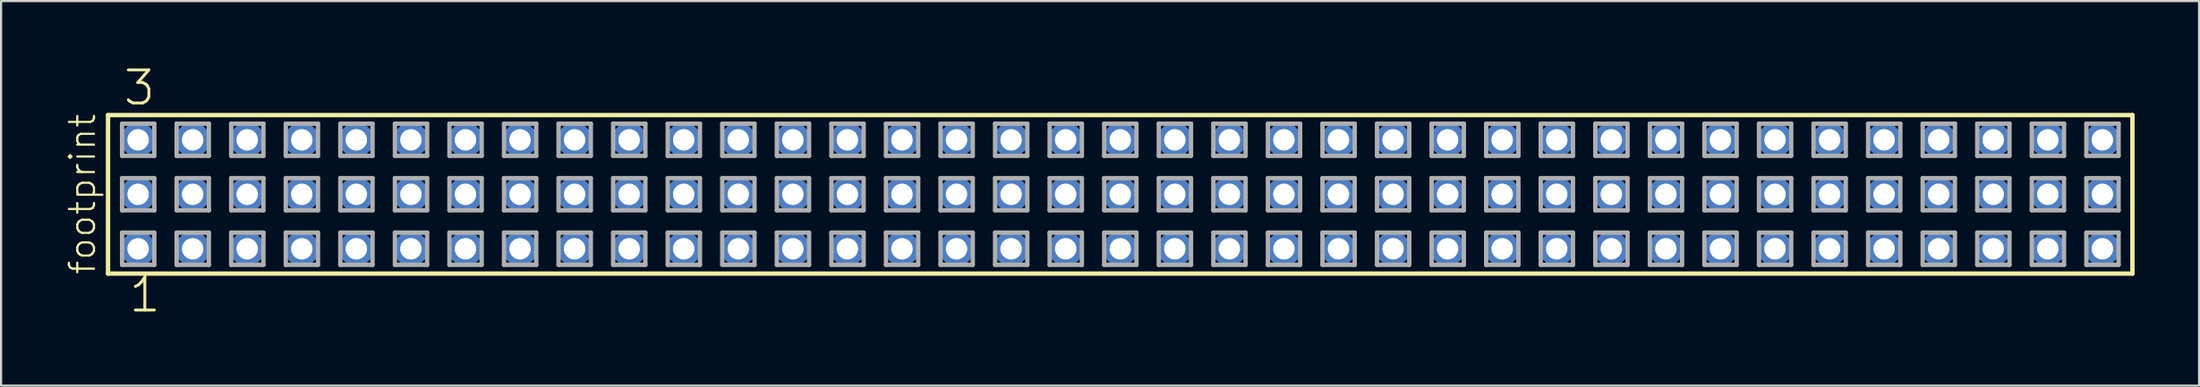
<source format=kicad_pcb>
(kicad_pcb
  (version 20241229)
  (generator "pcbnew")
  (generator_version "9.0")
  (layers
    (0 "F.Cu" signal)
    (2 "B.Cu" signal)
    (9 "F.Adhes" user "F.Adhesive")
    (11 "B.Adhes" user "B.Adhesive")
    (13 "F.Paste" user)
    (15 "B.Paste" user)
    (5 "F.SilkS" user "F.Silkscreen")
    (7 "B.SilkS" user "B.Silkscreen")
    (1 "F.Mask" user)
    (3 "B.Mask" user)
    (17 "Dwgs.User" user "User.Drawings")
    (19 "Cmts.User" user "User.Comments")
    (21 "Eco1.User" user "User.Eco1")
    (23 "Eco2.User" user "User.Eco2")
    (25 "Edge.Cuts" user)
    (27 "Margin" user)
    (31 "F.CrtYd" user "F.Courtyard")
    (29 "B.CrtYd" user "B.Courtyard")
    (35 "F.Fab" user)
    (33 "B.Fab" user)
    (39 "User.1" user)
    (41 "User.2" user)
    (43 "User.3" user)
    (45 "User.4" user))
  (footprint "footprint"
    (layer "F.Cu")
    (at 49.098 6.009)
    (property "Reference" "footprint" (at -47.625 3.81 90) (layer "F.SilkS") (effects (font (size 1.168 1.168) (thickness 0.102)) (justify left bottom)))
    (fp_line (start -47.119 -3.695) (end 47.119 -3.695) (stroke (width 0.203) (type solid)) (layer "F.SilkS"))
    (fp_line (start -47.119 3.695) (end -47.119 -3.695) (stroke (width 0.203) (type solid)) (layer "F.SilkS"))
    (fp_line (start 47.119 -3.695) (end 47.119 3.695) (stroke (width 0.203) (type solid)) (layer "F.SilkS"))
    (fp_line (start 47.119 3.695) (end -47.119 3.695) (stroke (width 0.203) (type solid)) (layer "F.SilkS"))
    (fp_line (start -46.465 -3.295) (end -44.965 -3.295) (stroke (width 0.203) (type solid)) (layer "F.Fab"))
    (fp_line (start -46.465 -1.795) (end -46.465 -3.295) (stroke (width 0.203) (type solid)) (layer "F.Fab"))
    (fp_line (start -46.465 -0.755) (end -44.965 -0.755) (stroke (width 0.203) (type solid)) (layer "F.Fab"))
    (fp_line (start -46.465 0.745) (end -46.465 -0.755) (stroke (width 0.203) (type solid)) (layer "F.Fab"))
    (fp_line (start -46.465 1.785) (end -44.965 1.785) (stroke (width 0.203) (type solid)) (layer "F.Fab"))
    (fp_line (start -46.465 3.285) (end -46.465 1.785) (stroke (width 0.203) (type solid)) (layer "F.Fab"))
    (fp_line (start -44.965 -3.295) (end -44.965 -1.795) (stroke (width 0.203) (type solid)) (layer "F.Fab"))
    (fp_line (start -44.965 -1.795) (end -46.465 -1.795) (stroke (width 0.203) (type solid)) (layer "F.Fab"))
    (fp_line (start -44.965 -0.755) (end -44.965 0.745) (stroke (width 0.203) (type solid)) (layer "F.Fab"))
    (fp_line (start -44.965 0.745) (end -46.465 0.745) (stroke (width 0.203) (type solid)) (layer "F.Fab"))
    (fp_line (start -44.965 1.785) (end -44.965 3.285) (stroke (width 0.203) (type solid)) (layer "F.Fab"))
    (fp_line (start -44.965 3.285) (end -46.465 3.285) (stroke (width 0.203) (type solid)) (layer "F.Fab"))
    (fp_line (start -43.925 -3.295) (end -42.425 -3.295) (stroke (width 0.203) (type solid)) (layer "F.Fab"))
    (fp_line (start -43.925 -1.795) (end -43.925 -3.295) (stroke (width 0.203) (type solid)) (layer "F.Fab"))
    (fp_line (start -43.925 -0.755) (end -42.425 -0.755) (stroke (width 0.203) (type solid)) (layer "F.Fab"))
    (fp_line (start -43.925 0.745) (end -43.925 -0.755) (stroke (width 0.203) (type solid)) (layer "F.Fab"))
    (fp_line (start -43.925 1.785) (end -42.425 1.785) (stroke (width 0.203) (type solid)) (layer "F.Fab"))
    (fp_line (start -43.925 3.285) (end -43.925 1.785) (stroke (width 0.203) (type solid)) (layer "F.Fab"))
    (fp_line (start -42.425 -3.295) (end -42.425 -1.795) (stroke (width 0.203) (type solid)) (layer "F.Fab"))
    (fp_line (start -42.425 -1.795) (end -43.925 -1.795) (stroke (width 0.203) (type solid)) (layer "F.Fab"))
    (fp_line (start -42.425 -0.755) (end -42.425 0.745) (stroke (width 0.203) (type solid)) (layer "F.Fab"))
    (fp_line (start -42.425 0.745) (end -43.925 0.745) (stroke (width 0.203) (type solid)) (layer "F.Fab"))
    (fp_line (start -42.425 1.785) (end -42.425 3.285) (stroke (width 0.203) (type solid)) (layer "F.Fab"))
    (fp_line (start -42.425 3.285) (end -43.925 3.285) (stroke (width 0.203) (type solid)) (layer "F.Fab"))
    (fp_line (start -41.385 -3.295) (end -39.885 -3.295) (stroke (width 0.203) (type solid)) (layer "F.Fab"))
    (fp_line (start -41.385 -1.795) (end -41.385 -3.295) (stroke (width 0.203) (type solid)) (layer "F.Fab"))
    (fp_line (start -41.385 -0.755) (end -39.885 -0.755) (stroke (width 0.203) (type solid)) (layer "F.Fab"))
    (fp_line (start -41.385 0.745) (end -41.385 -0.755) (stroke (width 0.203) (type solid)) (layer "F.Fab"))
    (fp_line (start -41.385 1.785) (end -39.885 1.785) (stroke (width 0.203) (type solid)) (layer "F.Fab"))
    (fp_line (start -41.385 3.285) (end -41.385 1.785) (stroke (width 0.203) (type solid)) (layer "F.Fab"))
    (fp_line (start -39.885 -3.295) (end -39.885 -1.795) (stroke (width 0.203) (type solid)) (layer "F.Fab"))
    (fp_line (start -39.885 -1.795) (end -41.385 -1.795) (stroke (width 0.203) (type solid)) (layer "F.Fab"))
    (fp_line (start -39.885 -0.755) (end -39.885 0.745) (stroke (width 0.203) (type solid)) (layer "F.Fab"))
    (fp_line (start -39.885 0.745) (end -41.385 0.745) (stroke (width 0.203) (type solid)) (layer "F.Fab"))
    (fp_line (start -39.885 1.785) (end -39.885 3.285) (stroke (width 0.203) (type solid)) (layer "F.Fab"))
    (fp_line (start -39.885 3.285) (end -41.385 3.285) (stroke (width 0.203) (type solid)) (layer "F.Fab"))
    (fp_line (start -38.845 -3.295) (end -37.345 -3.295) (stroke (width 0.203) (type solid)) (layer "F.Fab"))
    (fp_line (start -38.845 -1.795) (end -38.845 -3.295) (stroke (width 0.203) (type solid)) (layer "F.Fab"))
    (fp_line (start -38.845 -0.755) (end -37.345 -0.755) (stroke (width 0.203) (type solid)) (layer "F.Fab"))
    (fp_line (start -38.845 0.745) (end -38.845 -0.755) (stroke (width 0.203) (type solid)) (layer "F.Fab"))
    (fp_line (start -38.845 1.785) (end -37.345 1.785) (stroke (width 0.203) (type solid)) (layer "F.Fab"))
    (fp_line (start -38.845 3.285) (end -38.845 1.785) (stroke (width 0.203) (type solid)) (layer "F.Fab"))
    (fp_line (start -37.345 -3.295) (end -37.345 -1.795) (stroke (width 0.203) (type solid)) (layer "F.Fab"))
    (fp_line (start -37.345 -1.795) (end -38.845 -1.795) (stroke (width 0.203) (type solid)) (layer "F.Fab"))
    (fp_line (start -37.345 -0.755) (end -37.345 0.745) (stroke (width 0.203) (type solid)) (layer "F.Fab"))
    (fp_line (start -37.345 0.745) (end -38.845 0.745) (stroke (width 0.203) (type solid)) (layer "F.Fab"))
    (fp_line (start -37.345 1.785) (end -37.345 3.285) (stroke (width 0.203) (type solid)) (layer "F.Fab"))
    (fp_line (start -37.345 3.285) (end -38.845 3.285) (stroke (width 0.203) (type solid)) (layer "F.Fab"))
    (fp_line (start -36.305 -3.295) (end -34.805 -3.295) (stroke (width 0.203) (type solid)) (layer "F.Fab"))
    (fp_line (start -36.305 -1.795) (end -36.305 -3.295) (stroke (width 0.203) (type solid)) (layer "F.Fab"))
    (fp_line (start -36.305 -0.755) (end -34.805 -0.755) (stroke (width 0.203) (type solid)) (layer "F.Fab"))
    (fp_line (start -36.305 0.745) (end -36.305 -0.755) (stroke (width 0.203) (type solid)) (layer "F.Fab"))
    (fp_line (start -36.305 1.785) (end -34.805 1.785) (stroke (width 0.203) (type solid)) (layer "F.Fab"))
    (fp_line (start -36.305 3.285) (end -36.305 1.785) (stroke (width 0.203) (type solid)) (layer "F.Fab"))
    (fp_line (start -34.805 -3.295) (end -34.805 -1.795) (stroke (width 0.203) (type solid)) (layer "F.Fab"))
    (fp_line (start -34.805 -1.795) (end -36.305 -1.795) (stroke (width 0.203) (type solid)) (layer "F.Fab"))
    (fp_line (start -34.805 -0.755) (end -34.805 0.745) (stroke (width 0.203) (type solid)) (layer "F.Fab"))
    (fp_line (start -34.805 0.745) (end -36.305 0.745) (stroke (width 0.203) (type solid)) (layer "F.Fab"))
    (fp_line (start -34.805 1.785) (end -34.805 3.285) (stroke (width 0.203) (type solid)) (layer "F.Fab"))
    (fp_line (start -34.805 3.285) (end -36.305 3.285) (stroke (width 0.203) (type solid)) (layer "F.Fab"))
    (fp_line (start -33.765 -3.295) (end -32.265 -3.295) (stroke (width 0.203) (type solid)) (layer "F.Fab"))
    (fp_line (start -33.765 -1.795) (end -33.765 -3.295) (stroke (width 0.203) (type solid)) (layer "F.Fab"))
    (fp_line (start -33.765 -0.755) (end -32.265 -0.755) (stroke (width 0.203) (type solid)) (layer "F.Fab"))
    (fp_line (start -33.765 0.745) (end -33.765 -0.755) (stroke (width 0.203) (type solid)) (layer "F.Fab"))
    (fp_line (start -33.765 1.785) (end -32.265 1.785) (stroke (width 0.203) (type solid)) (layer "F.Fab"))
    (fp_line (start -33.765 3.285) (end -33.765 1.785) (stroke (width 0.203) (type solid)) (layer "F.Fab"))
    (fp_line (start -32.265 -3.295) (end -32.265 -1.795) (stroke (width 0.203) (type solid)) (layer "F.Fab"))
    (fp_line (start -32.265 -1.795) (end -33.765 -1.795) (stroke (width 0.203) (type solid)) (layer "F.Fab"))
    (fp_line (start -32.265 -0.755) (end -32.265 0.745) (stroke (width 0.203) (type solid)) (layer "F.Fab"))
    (fp_line (start -32.265 0.745) (end -33.765 0.745) (stroke (width 0.203) (type solid)) (layer "F.Fab"))
    (fp_line (start -32.265 1.785) (end -32.265 3.285) (stroke (width 0.203) (type solid)) (layer "F.Fab"))
    (fp_line (start -32.265 3.285) (end -33.765 3.285) (stroke (width 0.203) (type solid)) (layer "F.Fab"))
    (fp_line (start -31.225 -3.295) (end -29.725 -3.295) (stroke (width 0.203) (type solid)) (layer "F.Fab"))
    (fp_line (start -31.225 -1.795) (end -31.225 -3.295) (stroke (width 0.203) (type solid)) (layer "F.Fab"))
    (fp_line (start -31.225 -0.755) (end -29.725 -0.755) (stroke (width 0.203) (type solid)) (layer "F.Fab"))
    (fp_line (start -31.225 0.745) (end -31.225 -0.755) (stroke (width 0.203) (type solid)) (layer "F.Fab"))
    (fp_line (start -31.225 1.785) (end -29.725 1.785) (stroke (width 0.203) (type solid)) (layer "F.Fab"))
    (fp_line (start -31.225 3.285) (end -31.225 1.785) (stroke (width 0.203) (type solid)) (layer "F.Fab"))
    (fp_line (start -29.725 -3.295) (end -29.725 -1.795) (stroke (width 0.203) (type solid)) (layer "F.Fab"))
    (fp_line (start -29.725 -1.795) (end -31.225 -1.795) (stroke (width 0.203) (type solid)) (layer "F.Fab"))
    (fp_line (start -29.725 -0.755) (end -29.725 0.745) (stroke (width 0.203) (type solid)) (layer "F.Fab"))
    (fp_line (start -29.725 0.745) (end -31.225 0.745) (stroke (width 0.203) (type solid)) (layer "F.Fab"))
    (fp_line (start -29.725 1.785) (end -29.725 3.285) (stroke (width 0.203) (type solid)) (layer "F.Fab"))
    (fp_line (start -29.725 3.285) (end -31.225 3.285) (stroke (width 0.203) (type solid)) (layer "F.Fab"))
    (fp_line (start -28.685 -3.295) (end -27.185 -3.295) (stroke (width 0.203) (type solid)) (layer "F.Fab"))
    (fp_line (start -28.685 -1.795) (end -28.685 -3.295) (stroke (width 0.203) (type solid)) (layer "F.Fab"))
    (fp_line (start -28.685 -0.755) (end -27.185 -0.755) (stroke (width 0.203) (type solid)) (layer "F.Fab"))
    (fp_line (start -28.685 0.745) (end -28.685 -0.755) (stroke (width 0.203) (type solid)) (layer "F.Fab"))
    (fp_line (start -28.685 1.785) (end -27.185 1.785) (stroke (width 0.203) (type solid)) (layer "F.Fab"))
    (fp_line (start -28.685 3.285) (end -28.685 1.785) (stroke (width 0.203) (type solid)) (layer "F.Fab"))
    (fp_line (start -27.185 -3.295) (end -27.185 -1.795) (stroke (width 0.203) (type solid)) (layer "F.Fab"))
    (fp_line (start -27.185 -1.795) (end -28.685 -1.795) (stroke (width 0.203) (type solid)) (layer "F.Fab"))
    (fp_line (start -27.185 -0.755) (end -27.185 0.745) (stroke (width 0.203) (type solid)) (layer "F.Fab"))
    (fp_line (start -27.185 0.745) (end -28.685 0.745) (stroke (width 0.203) (type solid)) (layer "F.Fab"))
    (fp_line (start -27.185 1.785) (end -27.185 3.285) (stroke (width 0.203) (type solid)) (layer "F.Fab"))
    (fp_line (start -27.185 3.285) (end -28.685 3.285) (stroke (width 0.203) (type solid)) (layer "F.Fab"))
    (fp_line (start -26.145 -3.295) (end -24.645 -3.295) (stroke (width 0.203) (type solid)) (layer "F.Fab"))
    (fp_line (start -26.145 -1.795) (end -26.145 -3.295) (stroke (width 0.203) (type solid)) (layer "F.Fab"))
    (fp_line (start -26.145 -0.755) (end -24.645 -0.755) (stroke (width 0.203) (type solid)) (layer "F.Fab"))
    (fp_line (start -26.145 0.745) (end -26.145 -0.755) (stroke (width 0.203) (type solid)) (layer "F.Fab"))
    (fp_line (start -26.145 1.785) (end -24.645 1.785) (stroke (width 0.203) (type solid)) (layer "F.Fab"))
    (fp_line (start -26.145 3.285) (end -26.145 1.785) (stroke (width 0.203) (type solid)) (layer "F.Fab"))
    (fp_line (start -24.645 -3.295) (end -24.645 -1.795) (stroke (width 0.203) (type solid)) (layer "F.Fab"))
    (fp_line (start -24.645 -1.795) (end -26.145 -1.795) (stroke (width 0.203) (type solid)) (layer "F.Fab"))
    (fp_line (start -24.645 -0.755) (end -24.645 0.745) (stroke (width 0.203) (type solid)) (layer "F.Fab"))
    (fp_line (start -24.645 0.745) (end -26.145 0.745) (stroke (width 0.203) (type solid)) (layer "F.Fab"))
    (fp_line (start -24.645 1.785) (end -24.645 3.285) (stroke (width 0.203) (type solid)) (layer "F.Fab"))
    (fp_line (start -24.645 3.285) (end -26.145 3.285) (stroke (width 0.203) (type solid)) (layer "F.Fab"))
    (fp_line (start -23.605 -3.295) (end -22.105 -3.295) (stroke (width 0.203) (type solid)) (layer "F.Fab"))
    (fp_line (start -23.605 -1.795) (end -23.605 -3.295) (stroke (width 0.203) (type solid)) (layer "F.Fab"))
    (fp_line (start -23.605 -0.755) (end -22.105 -0.755) (stroke (width 0.203) (type solid)) (layer "F.Fab"))
    (fp_line (start -23.605 0.745) (end -23.605 -0.755) (stroke (width 0.203) (type solid)) (layer "F.Fab"))
    (fp_line (start -23.605 1.785) (end -22.105 1.785) (stroke (width 0.203) (type solid)) (layer "F.Fab"))
    (fp_line (start -23.605 3.285) (end -23.605 1.785) (stroke (width 0.203) (type solid)) (layer "F.Fab"))
    (fp_line (start -22.105 -3.295) (end -22.105 -1.795) (stroke (width 0.203) (type solid)) (layer "F.Fab"))
    (fp_line (start -22.105 -1.795) (end -23.605 -1.795) (stroke (width 0.203) (type solid)) (layer "F.Fab"))
    (fp_line (start -22.105 -0.755) (end -22.105 0.745) (stroke (width 0.203) (type solid)) (layer "F.Fab"))
    (fp_line (start -22.105 0.745) (end -23.605 0.745) (stroke (width 0.203) (type solid)) (layer "F.Fab"))
    (fp_line (start -22.105 1.785) (end -22.105 3.285) (stroke (width 0.203) (type solid)) (layer "F.Fab"))
    (fp_line (start -22.105 3.285) (end -23.605 3.285) (stroke (width 0.203) (type solid)) (layer "F.Fab"))
    (fp_line (start -21.065 -3.295) (end -19.565 -3.295) (stroke (width 0.203) (type solid)) (layer "F.Fab"))
    (fp_line (start -21.065 -1.795) (end -21.065 -3.295) (stroke (width 0.203) (type solid)) (layer "F.Fab"))
    (fp_line (start -21.065 -0.755) (end -19.565 -0.755) (stroke (width 0.203) (type solid)) (layer "F.Fab"))
    (fp_line (start -21.065 0.745) (end -21.065 -0.755) (stroke (width 0.203) (type solid)) (layer "F.Fab"))
    (fp_line (start -21.065 1.785) (end -19.565 1.785) (stroke (width 0.203) (type solid)) (layer "F.Fab"))
    (fp_line (start -21.065 3.285) (end -21.065 1.785) (stroke (width 0.203) (type solid)) (layer "F.Fab"))
    (fp_line (start -19.565 -3.295) (end -19.565 -1.795) (stroke (width 0.203) (type solid)) (layer "F.Fab"))
    (fp_line (start -19.565 -1.795) (end -21.065 -1.795) (stroke (width 0.203) (type solid)) (layer "F.Fab"))
    (fp_line (start -19.565 -0.755) (end -19.565 0.745) (stroke (width 0.203) (type solid)) (layer "F.Fab"))
    (fp_line (start -19.565 0.745) (end -21.065 0.745) (stroke (width 0.203) (type solid)) (layer "F.Fab"))
    (fp_line (start -19.565 1.785) (end -19.565 3.285) (stroke (width 0.203) (type solid)) (layer "F.Fab"))
    (fp_line (start -19.565 3.285) (end -21.065 3.285) (stroke (width 0.203) (type solid)) (layer "F.Fab"))
    (fp_line (start -18.525 -3.295) (end -17.025 -3.295) (stroke (width 0.203) (type solid)) (layer "F.Fab"))
    (fp_line (start -18.525 -1.795) (end -18.525 -3.295) (stroke (width 0.203) (type solid)) (layer "F.Fab"))
    (fp_line (start -18.525 -0.755) (end -17.025 -0.755) (stroke (width 0.203) (type solid)) (layer "F.Fab"))
    (fp_line (start -18.525 0.745) (end -18.525 -0.755) (stroke (width 0.203) (type solid)) (layer "F.Fab"))
    (fp_line (start -18.525 1.785) (end -17.025 1.785) (stroke (width 0.203) (type solid)) (layer "F.Fab"))
    (fp_line (start -18.525 3.285) (end -18.525 1.785) (stroke (width 0.203) (type solid)) (layer "F.Fab"))
    (fp_line (start -17.025 -3.295) (end -17.025 -1.795) (stroke (width 0.203) (type solid)) (layer "F.Fab"))
    (fp_line (start -17.025 -1.795) (end -18.525 -1.795) (stroke (width 0.203) (type solid)) (layer "F.Fab"))
    (fp_line (start -17.025 -0.755) (end -17.025 0.745) (stroke (width 0.203) (type solid)) (layer "F.Fab"))
    (fp_line (start -17.025 0.745) (end -18.525 0.745) (stroke (width 0.203) (type solid)) (layer "F.Fab"))
    (fp_line (start -17.025 1.785) (end -17.025 3.285) (stroke (width 0.203) (type solid)) (layer "F.Fab"))
    (fp_line (start -17.025 3.285) (end -18.525 3.285) (stroke (width 0.203) (type solid)) (layer "F.Fab"))
    (fp_line (start -15.985 -3.295) (end -14.485 -3.295) (stroke (width 0.203) (type solid)) (layer "F.Fab"))
    (fp_line (start -15.985 -1.795) (end -15.985 -3.295) (stroke (width 0.203) (type solid)) (layer "F.Fab"))
    (fp_line (start -15.985 -0.755) (end -14.485 -0.755) (stroke (width 0.203) (type solid)) (layer "F.Fab"))
    (fp_line (start -15.985 0.745) (end -15.985 -0.755) (stroke (width 0.203) (type solid)) (layer "F.Fab"))
    (fp_line (start -15.985 1.785) (end -14.485 1.785) (stroke (width 0.203) (type solid)) (layer "F.Fab"))
    (fp_line (start -15.985 3.285) (end -15.985 1.785) (stroke (width 0.203) (type solid)) (layer "F.Fab"))
    (fp_line (start -14.485 -3.295) (end -14.485 -1.795) (stroke (width 0.203) (type solid)) (layer "F.Fab"))
    (fp_line (start -14.485 -1.795) (end -15.985 -1.795) (stroke (width 0.203) (type solid)) (layer "F.Fab"))
    (fp_line (start -14.485 -0.755) (end -14.485 0.745) (stroke (width 0.203) (type solid)) (layer "F.Fab"))
    (fp_line (start -14.485 0.745) (end -15.985 0.745) (stroke (width 0.203) (type solid)) (layer "F.Fab"))
    (fp_line (start -14.485 1.785) (end -14.485 3.285) (stroke (width 0.203) (type solid)) (layer "F.Fab"))
    (fp_line (start -14.485 3.285) (end -15.985 3.285) (stroke (width 0.203) (type solid)) (layer "F.Fab"))
    (fp_line (start -13.445 -3.295) (end -11.945 -3.295) (stroke (width 0.203) (type solid)) (layer "F.Fab"))
    (fp_line (start -13.445 -1.795) (end -13.445 -3.295) (stroke (width 0.203) (type solid)) (layer "F.Fab"))
    (fp_line (start -13.445 -0.755) (end -11.945 -0.755) (stroke (width 0.203) (type solid)) (layer "F.Fab"))
    (fp_line (start -13.445 0.745) (end -13.445 -0.755) (stroke (width 0.203) (type solid)) (layer "F.Fab"))
    (fp_line (start -13.445 1.785) (end -11.945 1.785) (stroke (width 0.203) (type solid)) (layer "F.Fab"))
    (fp_line (start -13.445 3.285) (end -13.445 1.785) (stroke (width 0.203) (type solid)) (layer "F.Fab"))
    (fp_line (start -11.945 -3.295) (end -11.945 -1.795) (stroke (width 0.203) (type solid)) (layer "F.Fab"))
    (fp_line (start -11.945 -1.795) (end -13.445 -1.795) (stroke (width 0.203) (type solid)) (layer "F.Fab"))
    (fp_line (start -11.945 -0.755) (end -11.945 0.745) (stroke (width 0.203) (type solid)) (layer "F.Fab"))
    (fp_line (start -11.945 0.745) (end -13.445 0.745) (stroke (width 0.203) (type solid)) (layer "F.Fab"))
    (fp_line (start -11.945 1.785) (end -11.945 3.285) (stroke (width 0.203) (type solid)) (layer "F.Fab"))
    (fp_line (start -11.945 3.285) (end -13.445 3.285) (stroke (width 0.203) (type solid)) (layer "F.Fab"))
    (fp_line (start -10.905 -3.295) (end -9.405 -3.295) (stroke (width 0.203) (type solid)) (layer "F.Fab"))
    (fp_line (start -10.905 -1.795) (end -10.905 -3.295) (stroke (width 0.203) (type solid)) (layer "F.Fab"))
    (fp_line (start -10.905 -0.755) (end -9.405 -0.755) (stroke (width 0.203) (type solid)) (layer "F.Fab"))
    (fp_line (start -10.905 0.745) (end -10.905 -0.755) (stroke (width 0.203) (type solid)) (layer "F.Fab"))
    (fp_line (start -10.905 1.785) (end -9.405 1.785) (stroke (width 0.203) (type solid)) (layer "F.Fab"))
    (fp_line (start -10.905 3.285) (end -10.905 1.785) (stroke (width 0.203) (type solid)) (layer "F.Fab"))
    (fp_line (start -9.405 -3.295) (end -9.405 -1.795) (stroke (width 0.203) (type solid)) (layer "F.Fab"))
    (fp_line (start -9.405 -1.795) (end -10.905 -1.795) (stroke (width 0.203) (type solid)) (layer "F.Fab"))
    (fp_line (start -9.405 -0.755) (end -9.405 0.745) (stroke (width 0.203) (type solid)) (layer "F.Fab"))
    (fp_line (start -9.405 0.745) (end -10.905 0.745) (stroke (width 0.203) (type solid)) (layer "F.Fab"))
    (fp_line (start -9.405 1.785) (end -9.405 3.285) (stroke (width 0.203) (type solid)) (layer "F.Fab"))
    (fp_line (start -9.405 3.285) (end -10.905 3.285) (stroke (width 0.203) (type solid)) (layer "F.Fab"))
    (fp_line (start -8.365 -3.295) (end -6.865 -3.295) (stroke (width 0.203) (type solid)) (layer "F.Fab"))
    (fp_line (start -8.365 -1.795) (end -8.365 -3.295) (stroke (width 0.203) (type solid)) (layer "F.Fab"))
    (fp_line (start -8.365 -0.755) (end -6.865 -0.755) (stroke (width 0.203) (type solid)) (layer "F.Fab"))
    (fp_line (start -8.365 0.745) (end -8.365 -0.755) (stroke (width 0.203) (type solid)) (layer "F.Fab"))
    (fp_line (start -8.365 1.785) (end -6.865 1.785) (stroke (width 0.203) (type solid)) (layer "F.Fab"))
    (fp_line (start -8.365 3.285) (end -8.365 1.785) (stroke (width 0.203) (type solid)) (layer "F.Fab"))
    (fp_line (start -6.865 -3.295) (end -6.865 -1.795) (stroke (width 0.203) (type solid)) (layer "F.Fab"))
    (fp_line (start -6.865 -1.795) (end -8.365 -1.795) (stroke (width 0.203) (type solid)) (layer "F.Fab"))
    (fp_line (start -6.865 -0.755) (end -6.865 0.745) (stroke (width 0.203) (type solid)) (layer "F.Fab"))
    (fp_line (start -6.865 0.745) (end -8.365 0.745) (stroke (width 0.203) (type solid)) (layer "F.Fab"))
    (fp_line (start -6.865 1.785) (end -6.865 3.285) (stroke (width 0.203) (type solid)) (layer "F.Fab"))
    (fp_line (start -6.865 3.285) (end -8.365 3.285) (stroke (width 0.203) (type solid)) (layer "F.Fab"))
    (fp_line (start -5.825 -3.295) (end -4.325 -3.295) (stroke (width 0.203) (type solid)) (layer "F.Fab"))
    (fp_line (start -5.825 -1.795) (end -5.825 -3.295) (stroke (width 0.203) (type solid)) (layer "F.Fab"))
    (fp_line (start -5.825 -0.755) (end -4.325 -0.755) (stroke (width 0.203) (type solid)) (layer "F.Fab"))
    (fp_line (start -5.825 0.745) (end -5.825 -0.755) (stroke (width 0.203) (type solid)) (layer "F.Fab"))
    (fp_line (start -5.825 1.785) (end -4.325 1.785) (stroke (width 0.203) (type solid)) (layer "F.Fab"))
    (fp_line (start -5.825 3.285) (end -5.825 1.785) (stroke (width 0.203) (type solid)) (layer "F.Fab"))
    (fp_line (start -4.325 -3.295) (end -4.325 -1.795) (stroke (width 0.203) (type solid)) (layer "F.Fab"))
    (fp_line (start -4.325 -1.795) (end -5.825 -1.795) (stroke (width 0.203) (type solid)) (layer "F.Fab"))
    (fp_line (start -4.325 -0.755) (end -4.325 0.745) (stroke (width 0.203) (type solid)) (layer "F.Fab"))
    (fp_line (start -4.325 0.745) (end -5.825 0.745) (stroke (width 0.203) (type solid)) (layer "F.Fab"))
    (fp_line (start -4.325 1.785) (end -4.325 3.285) (stroke (width 0.203) (type solid)) (layer "F.Fab"))
    (fp_line (start -4.325 3.285) (end -5.825 3.285) (stroke (width 0.203) (type solid)) (layer "F.Fab"))
    (fp_line (start -3.285 -3.295) (end -1.785 -3.295) (stroke (width 0.203) (type solid)) (layer "F.Fab"))
    (fp_line (start -3.285 -1.795) (end -3.285 -3.295) (stroke (width 0.203) (type solid)) (layer "F.Fab"))
    (fp_line (start -3.285 -0.755) (end -1.785 -0.755) (stroke (width 0.203) (type solid)) (layer "F.Fab"))
    (fp_line (start -3.285 0.745) (end -3.285 -0.755) (stroke (width 0.203) (type solid)) (layer "F.Fab"))
    (fp_line (start -3.285 1.785) (end -1.785 1.785) (stroke (width 0.203) (type solid)) (layer "F.Fab"))
    (fp_line (start -3.285 3.285) (end -3.285 1.785) (stroke (width 0.203) (type solid)) (layer "F.Fab"))
    (fp_line (start -1.785 -3.295) (end -1.785 -1.795) (stroke (width 0.203) (type solid)) (layer "F.Fab"))
    (fp_line (start -1.785 -1.795) (end -3.285 -1.795) (stroke (width 0.203) (type solid)) (layer "F.Fab"))
    (fp_line (start -1.785 -0.755) (end -1.785 0.745) (stroke (width 0.203) (type solid)) (layer "F.Fab"))
    (fp_line (start -1.785 0.745) (end -3.285 0.745) (stroke (width 0.203) (type solid)) (layer "F.Fab"))
    (fp_line (start -1.785 1.785) (end -1.785 3.285) (stroke (width 0.203) (type solid)) (layer "F.Fab"))
    (fp_line (start -1.785 3.285) (end -3.285 3.285) (stroke (width 0.203) (type solid)) (layer "F.Fab"))
    (fp_line (start -0.745 -3.295) (end 0.755 -3.295) (stroke (width 0.203) (type solid)) (layer "F.Fab"))
    (fp_line (start -0.745 -1.795) (end -0.745 -3.295) (stroke (width 0.203) (type solid)) (layer "F.Fab"))
    (fp_line (start -0.745 -0.755) (end 0.755 -0.755) (stroke (width 0.203) (type solid)) (layer "F.Fab"))
    (fp_line (start -0.745 0.745) (end -0.745 -0.755) (stroke (width 0.203) (type solid)) (layer "F.Fab"))
    (fp_line (start -0.745 1.785) (end 0.755 1.785) (stroke (width 0.203) (type solid)) (layer "F.Fab"))
    (fp_line (start -0.745 3.285) (end -0.745 1.785) (stroke (width 0.203) (type solid)) (layer "F.Fab"))
    (fp_line (start 0.755 -3.295) (end 0.755 -1.795) (stroke (width 0.203) (type solid)) (layer "F.Fab"))
    (fp_line (start 0.755 -1.795) (end -0.745 -1.795) (stroke (width 0.203) (type solid)) (layer "F.Fab"))
    (fp_line (start 0.755 -0.755) (end 0.755 0.745) (stroke (width 0.203) (type solid)) (layer "F.Fab"))
    (fp_line (start 0.755 0.745) (end -0.745 0.745) (stroke (width 0.203) (type solid)) (layer "F.Fab"))
    (fp_line (start 0.755 1.785) (end 0.755 3.285) (stroke (width 0.203) (type solid)) (layer "F.Fab"))
    (fp_line (start 0.755 3.285) (end -0.745 3.285) (stroke (width 0.203) (type solid)) (layer "F.Fab"))
    (fp_line (start 1.795 -3.295) (end 3.295 -3.295) (stroke (width 0.203) (type solid)) (layer "F.Fab"))
    (fp_line (start 1.795 -1.795) (end 1.795 -3.295) (stroke (width 0.203) (type solid)) (layer "F.Fab"))
    (fp_line (start 1.795 -0.755) (end 3.295 -0.755) (stroke (width 0.203) (type solid)) (layer "F.Fab"))
    (fp_line (start 1.795 0.745) (end 1.795 -0.755) (stroke (width 0.203) (type solid)) (layer "F.Fab"))
    (fp_line (start 1.795 1.785) (end 3.295 1.785) (stroke (width 0.203) (type solid)) (layer "F.Fab"))
    (fp_line (start 1.795 3.285) (end 1.795 1.785) (stroke (width 0.203) (type solid)) (layer "F.Fab"))
    (fp_line (start 3.295 -3.295) (end 3.295 -1.795) (stroke (width 0.203) (type solid)) (layer "F.Fab"))
    (fp_line (start 3.295 -1.795) (end 1.795 -1.795) (stroke (width 0.203) (type solid)) (layer "F.Fab"))
    (fp_line (start 3.295 -0.755) (end 3.295 0.745) (stroke (width 0.203) (type solid)) (layer "F.Fab"))
    (fp_line (start 3.295 0.745) (end 1.795 0.745) (stroke (width 0.203) (type solid)) (layer "F.Fab"))
    (fp_line (start 3.295 1.785) (end 3.295 3.285) (stroke (width 0.203) (type solid)) (layer "F.Fab"))
    (fp_line (start 3.295 3.285) (end 1.795 3.285) (stroke (width 0.203) (type solid)) (layer "F.Fab"))
    (fp_line (start 4.335 -3.295) (end 5.835 -3.295) (stroke (width 0.203) (type solid)) (layer "F.Fab"))
    (fp_line (start 4.335 -1.795) (end 4.335 -3.295) (stroke (width 0.203) (type solid)) (layer "F.Fab"))
    (fp_line (start 4.335 -0.755) (end 5.835 -0.755) (stroke (width 0.203) (type solid)) (layer "F.Fab"))
    (fp_line (start 4.335 0.745) (end 4.335 -0.755) (stroke (width 0.203) (type solid)) (layer "F.Fab"))
    (fp_line (start 4.335 1.785) (end 5.835 1.785) (stroke (width 0.203) (type solid)) (layer "F.Fab"))
    (fp_line (start 4.335 3.285) (end 4.335 1.785) (stroke (width 0.203) (type solid)) (layer "F.Fab"))
    (fp_line (start 5.835 -3.295) (end 5.835 -1.795) (stroke (width 0.203) (type solid)) (layer "F.Fab"))
    (fp_line (start 5.835 -1.795) (end 4.335 -1.795) (stroke (width 0.203) (type solid)) (layer "F.Fab"))
    (fp_line (start 5.835 -0.755) (end 5.835 0.745) (stroke (width 0.203) (type solid)) (layer "F.Fab"))
    (fp_line (start 5.835 0.745) (end 4.335 0.745) (stroke (width 0.203) (type solid)) (layer "F.Fab"))
    (fp_line (start 5.835 1.785) (end 5.835 3.285) (stroke (width 0.203) (type solid)) (layer "F.Fab"))
    (fp_line (start 5.835 3.285) (end 4.335 3.285) (stroke (width 0.203) (type solid)) (layer "F.Fab"))
    (fp_line (start 6.875 -3.295) (end 8.375 -3.295) (stroke (width 0.203) (type solid)) (layer "F.Fab"))
    (fp_line (start 6.875 -1.795) (end 6.875 -3.295) (stroke (width 0.203) (type solid)) (layer "F.Fab"))
    (fp_line (start 6.875 -0.755) (end 8.375 -0.755) (stroke (width 0.203) (type solid)) (layer "F.Fab"))
    (fp_line (start 6.875 0.745) (end 6.875 -0.755) (stroke (width 0.203) (type solid)) (layer "F.Fab"))
    (fp_line (start 6.875 1.785) (end 8.375 1.785) (stroke (width 0.203) (type solid)) (layer "F.Fab"))
    (fp_line (start 6.875 3.285) (end 6.875 1.785) (stroke (width 0.203) (type solid)) (layer "F.Fab"))
    (fp_line (start 8.375 -3.295) (end 8.375 -1.795) (stroke (width 0.203) (type solid)) (layer "F.Fab"))
    (fp_line (start 8.375 -1.795) (end 6.875 -1.795) (stroke (width 0.203) (type solid)) (layer "F.Fab"))
    (fp_line (start 8.375 -0.755) (end 8.375 0.745) (stroke (width 0.203) (type solid)) (layer "F.Fab"))
    (fp_line (start 8.375 0.745) (end 6.875 0.745) (stroke (width 0.203) (type solid)) (layer "F.Fab"))
    (fp_line (start 8.375 1.785) (end 8.375 3.285) (stroke (width 0.203) (type solid)) (layer "F.Fab"))
    (fp_line (start 8.375 3.285) (end 6.875 3.285) (stroke (width 0.203) (type solid)) (layer "F.Fab"))
    (fp_line (start 9.415 -3.295) (end 10.915 -3.295) (stroke (width 0.203) (type solid)) (layer "F.Fab"))
    (fp_line (start 9.415 -1.795) (end 9.415 -3.295) (stroke (width 0.203) (type solid)) (layer "F.Fab"))
    (fp_line (start 9.415 -0.755) (end 10.915 -0.755) (stroke (width 0.203) (type solid)) (layer "F.Fab"))
    (fp_line (start 9.415 0.745) (end 9.415 -0.755) (stroke (width 0.203) (type solid)) (layer "F.Fab"))
    (fp_line (start 9.415 1.785) (end 10.915 1.785) (stroke (width 0.203) (type solid)) (layer "F.Fab"))
    (fp_line (start 9.415 3.285) (end 9.415 1.785) (stroke (width 0.203) (type solid)) (layer "F.Fab"))
    (fp_line (start 10.915 -3.295) (end 10.915 -1.795) (stroke (width 0.203) (type solid)) (layer "F.Fab"))
    (fp_line (start 10.915 -1.795) (end 9.415 -1.795) (stroke (width 0.203) (type solid)) (layer "F.Fab"))
    (fp_line (start 10.915 -0.755) (end 10.915 0.745) (stroke (width 0.203) (type solid)) (layer "F.Fab"))
    (fp_line (start 10.915 0.745) (end 9.415 0.745) (stroke (width 0.203) (type solid)) (layer "F.Fab"))
    (fp_line (start 10.915 1.785) (end 10.915 3.285) (stroke (width 0.203) (type solid)) (layer "F.Fab"))
    (fp_line (start 10.915 3.285) (end 9.415 3.285) (stroke (width 0.203) (type solid)) (layer "F.Fab"))
    (fp_line (start 11.955 -3.295) (end 13.455 -3.295) (stroke (width 0.203) (type solid)) (layer "F.Fab"))
    (fp_line (start 11.955 -1.795) (end 11.955 -3.295) (stroke (width 0.203) (type solid)) (layer "F.Fab"))
    (fp_line (start 11.955 -0.755) (end 13.455 -0.755) (stroke (width 0.203) (type solid)) (layer "F.Fab"))
    (fp_line (start 11.955 0.745) (end 11.955 -0.755) (stroke (width 0.203) (type solid)) (layer "F.Fab"))
    (fp_line (start 11.955 1.785) (end 13.455 1.785) (stroke (width 0.203) (type solid)) (layer "F.Fab"))
    (fp_line (start 11.955 3.285) (end 11.955 1.785) (stroke (width 0.203) (type solid)) (layer "F.Fab"))
    (fp_line (start 13.455 -3.295) (end 13.455 -1.795) (stroke (width 0.203) (type solid)) (layer "F.Fab"))
    (fp_line (start 13.455 -1.795) (end 11.955 -1.795) (stroke (width 0.203) (type solid)) (layer "F.Fab"))
    (fp_line (start 13.455 -0.755) (end 13.455 0.745) (stroke (width 0.203) (type solid)) (layer "F.Fab"))
    (fp_line (start 13.455 0.745) (end 11.955 0.745) (stroke (width 0.203) (type solid)) (layer "F.Fab"))
    (fp_line (start 13.455 1.785) (end 13.455 3.285) (stroke (width 0.203) (type solid)) (layer "F.Fab"))
    (fp_line (start 13.455 3.285) (end 11.955 3.285) (stroke (width 0.203) (type solid)) (layer "F.Fab"))
    (fp_line (start 14.495 -3.295) (end 15.995 -3.295) (stroke (width 0.203) (type solid)) (layer "F.Fab"))
    (fp_line (start 14.495 -1.795) (end 14.495 -3.295) (stroke (width 0.203) (type solid)) (layer "F.Fab"))
    (fp_line (start 14.495 -0.755) (end 15.995 -0.755) (stroke (width 0.203) (type solid)) (layer "F.Fab"))
    (fp_line (start 14.495 0.745) (end 14.495 -0.755) (stroke (width 0.203) (type solid)) (layer "F.Fab"))
    (fp_line (start 14.495 1.785) (end 15.995 1.785) (stroke (width 0.203) (type solid)) (layer "F.Fab"))
    (fp_line (start 14.495 3.285) (end 14.495 1.785) (stroke (width 0.203) (type solid)) (layer "F.Fab"))
    (fp_line (start 15.995 -3.295) (end 15.995 -1.795) (stroke (width 0.203) (type solid)) (layer "F.Fab"))
    (fp_line (start 15.995 -1.795) (end 14.495 -1.795) (stroke (width 0.203) (type solid)) (layer "F.Fab"))
    (fp_line (start 15.995 -0.755) (end 15.995 0.745) (stroke (width 0.203) (type solid)) (layer "F.Fab"))
    (fp_line (start 15.995 0.745) (end 14.495 0.745) (stroke (width 0.203) (type solid)) (layer "F.Fab"))
    (fp_line (start 15.995 1.785) (end 15.995 3.285) (stroke (width 0.203) (type solid)) (layer "F.Fab"))
    (fp_line (start 15.995 3.285) (end 14.495 3.285) (stroke (width 0.203) (type solid)) (layer "F.Fab"))
    (fp_line (start 17.035 -3.295) (end 18.535 -3.295) (stroke (width 0.203) (type solid)) (layer "F.Fab"))
    (fp_line (start 17.035 -1.795) (end 17.035 -3.295) (stroke (width 0.203) (type solid)) (layer "F.Fab"))
    (fp_line (start 17.035 -0.755) (end 18.535 -0.755) (stroke (width 0.203) (type solid)) (layer "F.Fab"))
    (fp_line (start 17.035 0.745) (end 17.035 -0.755) (stroke (width 0.203) (type solid)) (layer "F.Fab"))
    (fp_line (start 17.035 1.785) (end 18.535 1.785) (stroke (width 0.203) (type solid)) (layer "F.Fab"))
    (fp_line (start 17.035 3.285) (end 17.035 1.785) (stroke (width 0.203) (type solid)) (layer "F.Fab"))
    (fp_line (start 18.535 -3.295) (end 18.535 -1.795) (stroke (width 0.203) (type solid)) (layer "F.Fab"))
    (fp_line (start 18.535 -1.795) (end 17.035 -1.795) (stroke (width 0.203) (type solid)) (layer "F.Fab"))
    (fp_line (start 18.535 -0.755) (end 18.535 0.745) (stroke (width 0.203) (type solid)) (layer "F.Fab"))
    (fp_line (start 18.535 0.745) (end 17.035 0.745) (stroke (width 0.203) (type solid)) (layer "F.Fab"))
    (fp_line (start 18.535 1.785) (end 18.535 3.285) (stroke (width 0.203) (type solid)) (layer "F.Fab"))
    (fp_line (start 18.535 3.285) (end 17.035 3.285) (stroke (width 0.203) (type solid)) (layer "F.Fab"))
    (fp_line (start 19.575 -3.295) (end 21.075 -3.295) (stroke (width 0.203) (type solid)) (layer "F.Fab"))
    (fp_line (start 19.575 -1.795) (end 19.575 -3.295) (stroke (width 0.203) (type solid)) (layer "F.Fab"))
    (fp_line (start 19.575 -0.755) (end 21.075 -0.755) (stroke (width 0.203) (type solid)) (layer "F.Fab"))
    (fp_line (start 19.575 0.745) (end 19.575 -0.755) (stroke (width 0.203) (type solid)) (layer "F.Fab"))
    (fp_line (start 19.575 1.785) (end 21.075 1.785) (stroke (width 0.203) (type solid)) (layer "F.Fab"))
    (fp_line (start 19.575 3.285) (end 19.575 1.785) (stroke (width 0.203) (type solid)) (layer "F.Fab"))
    (fp_line (start 21.075 -3.295) (end 21.075 -1.795) (stroke (width 0.203) (type solid)) (layer "F.Fab"))
    (fp_line (start 21.075 -1.795) (end 19.575 -1.795) (stroke (width 0.203) (type solid)) (layer "F.Fab"))
    (fp_line (start 21.075 -0.755) (end 21.075 0.745) (stroke (width 0.203) (type solid)) (layer "F.Fab"))
    (fp_line (start 21.075 0.745) (end 19.575 0.745) (stroke (width 0.203) (type solid)) (layer "F.Fab"))
    (fp_line (start 21.075 1.785) (end 21.075 3.285) (stroke (width 0.203) (type solid)) (layer "F.Fab"))
    (fp_line (start 21.075 3.285) (end 19.575 3.285) (stroke (width 0.203) (type solid)) (layer "F.Fab"))
    (fp_line (start 22.115 -3.295) (end 23.615 -3.295) (stroke (width 0.203) (type solid)) (layer "F.Fab"))
    (fp_line (start 22.115 -1.795) (end 22.115 -3.295) (stroke (width 0.203) (type solid)) (layer "F.Fab"))
    (fp_line (start 22.115 -0.755) (end 23.615 -0.755) (stroke (width 0.203) (type solid)) (layer "F.Fab"))
    (fp_line (start 22.115 0.745) (end 22.115 -0.755) (stroke (width 0.203) (type solid)) (layer "F.Fab"))
    (fp_line (start 22.115 1.785) (end 23.615 1.785) (stroke (width 0.203) (type solid)) (layer "F.Fab"))
    (fp_line (start 22.115 3.285) (end 22.115 1.785) (stroke (width 0.203) (type solid)) (layer "F.Fab"))
    (fp_line (start 23.615 -3.295) (end 23.615 -1.795) (stroke (width 0.203) (type solid)) (layer "F.Fab"))
    (fp_line (start 23.615 -1.795) (end 22.115 -1.795) (stroke (width 0.203) (type solid)) (layer "F.Fab"))
    (fp_line (start 23.615 -0.755) (end 23.615 0.745) (stroke (width 0.203) (type solid)) (layer "F.Fab"))
    (fp_line (start 23.615 0.745) (end 22.115 0.745) (stroke (width 0.203) (type solid)) (layer "F.Fab"))
    (fp_line (start 23.615 1.785) (end 23.615 3.285) (stroke (width 0.203) (type solid)) (layer "F.Fab"))
    (fp_line (start 23.615 3.285) (end 22.115 3.285) (stroke (width 0.203) (type solid)) (layer "F.Fab"))
    (fp_line (start 24.655 -3.295) (end 26.155 -3.295) (stroke (width 0.203) (type solid)) (layer "F.Fab"))
    (fp_line (start 24.655 -1.795) (end 24.655 -3.295) (stroke (width 0.203) (type solid)) (layer "F.Fab"))
    (fp_line (start 24.655 -0.755) (end 26.155 -0.755) (stroke (width 0.203) (type solid)) (layer "F.Fab"))
    (fp_line (start 24.655 0.745) (end 24.655 -0.755) (stroke (width 0.203) (type solid)) (layer "F.Fab"))
    (fp_line (start 24.655 1.785) (end 26.155 1.785) (stroke (width 0.203) (type solid)) (layer "F.Fab"))
    (fp_line (start 24.655 3.285) (end 24.655 1.785) (stroke (width 0.203) (type solid)) (layer "F.Fab"))
    (fp_line (start 26.155 -3.295) (end 26.155 -1.795) (stroke (width 0.203) (type solid)) (layer "F.Fab"))
    (fp_line (start 26.155 -1.795) (end 24.655 -1.795) (stroke (width 0.203) (type solid)) (layer "F.Fab"))
    (fp_line (start 26.155 -0.755) (end 26.155 0.745) (stroke (width 0.203) (type solid)) (layer "F.Fab"))
    (fp_line (start 26.155 0.745) (end 24.655 0.745) (stroke (width 0.203) (type solid)) (layer "F.Fab"))
    (fp_line (start 26.155 1.785) (end 26.155 3.285) (stroke (width 0.203) (type solid)) (layer "F.Fab"))
    (fp_line (start 26.155 3.285) (end 24.655 3.285) (stroke (width 0.203) (type solid)) (layer "F.Fab"))
    (fp_line (start 27.195 -3.295) (end 28.695 -3.295) (stroke (width 0.203) (type solid)) (layer "F.Fab"))
    (fp_line (start 27.195 -1.795) (end 27.195 -3.295) (stroke (width 0.203) (type solid)) (layer "F.Fab"))
    (fp_line (start 27.195 -0.755) (end 28.695 -0.755) (stroke (width 0.203) (type solid)) (layer "F.Fab"))
    (fp_line (start 27.195 0.745) (end 27.195 -0.755) (stroke (width 0.203) (type solid)) (layer "F.Fab"))
    (fp_line (start 27.195 1.785) (end 28.695 1.785) (stroke (width 0.203) (type solid)) (layer "F.Fab"))
    (fp_line (start 27.195 3.285) (end 27.195 1.785) (stroke (width 0.203) (type solid)) (layer "F.Fab"))
    (fp_line (start 28.695 -3.295) (end 28.695 -1.795) (stroke (width 0.203) (type solid)) (layer "F.Fab"))
    (fp_line (start 28.695 -1.795) (end 27.195 -1.795) (stroke (width 0.203) (type solid)) (layer "F.Fab"))
    (fp_line (start 28.695 -0.755) (end 28.695 0.745) (stroke (width 0.203) (type solid)) (layer "F.Fab"))
    (fp_line (start 28.695 0.745) (end 27.195 0.745) (stroke (width 0.203) (type solid)) (layer "F.Fab"))
    (fp_line (start 28.695 1.785) (end 28.695 3.285) (stroke (width 0.203) (type solid)) (layer "F.Fab"))
    (fp_line (start 28.695 3.285) (end 27.195 3.285) (stroke (width 0.203) (type solid)) (layer "F.Fab"))
    (fp_line (start 29.735 -3.295) (end 31.235 -3.295) (stroke (width 0.203) (type solid)) (layer "F.Fab"))
    (fp_line (start 29.735 -1.795) (end 29.735 -3.295) (stroke (width 0.203) (type solid)) (layer "F.Fab"))
    (fp_line (start 29.735 -0.755) (end 31.235 -0.755) (stroke (width 0.203) (type solid)) (layer "F.Fab"))
    (fp_line (start 29.735 0.745) (end 29.735 -0.755) (stroke (width 0.203) (type solid)) (layer "F.Fab"))
    (fp_line (start 29.735 1.785) (end 31.235 1.785) (stroke (width 0.203) (type solid)) (layer "F.Fab"))
    (fp_line (start 29.735 3.285) (end 29.735 1.785) (stroke (width 0.203) (type solid)) (layer "F.Fab"))
    (fp_line (start 31.235 -3.295) (end 31.235 -1.795) (stroke (width 0.203) (type solid)) (layer "F.Fab"))
    (fp_line (start 31.235 -1.795) (end 29.735 -1.795) (stroke (width 0.203) (type solid)) (layer "F.Fab"))
    (fp_line (start 31.235 -0.755) (end 31.235 0.745) (stroke (width 0.203) (type solid)) (layer "F.Fab"))
    (fp_line (start 31.235 0.745) (end 29.735 0.745) (stroke (width 0.203) (type solid)) (layer "F.Fab"))
    (fp_line (start 31.235 1.785) (end 31.235 3.285) (stroke (width 0.203) (type solid)) (layer "F.Fab"))
    (fp_line (start 31.235 3.285) (end 29.735 3.285) (stroke (width 0.203) (type solid)) (layer "F.Fab"))
    (fp_line (start 32.275 -3.295) (end 33.775 -3.295) (stroke (width 0.203) (type solid)) (layer "F.Fab"))
    (fp_line (start 32.275 -1.795) (end 32.275 -3.295) (stroke (width 0.203) (type solid)) (layer "F.Fab"))
    (fp_line (start 32.275 -0.755) (end 33.775 -0.755) (stroke (width 0.203) (type solid)) (layer "F.Fab"))
    (fp_line (start 32.275 0.745) (end 32.275 -0.755) (stroke (width 0.203) (type solid)) (layer "F.Fab"))
    (fp_line (start 32.275 1.785) (end 33.775 1.785) (stroke (width 0.203) (type solid)) (layer "F.Fab"))
    (fp_line (start 32.275 3.285) (end 32.275 1.785) (stroke (width 0.203) (type solid)) (layer "F.Fab"))
    (fp_line (start 33.775 -3.295) (end 33.775 -1.795) (stroke (width 0.203) (type solid)) (layer "F.Fab"))
    (fp_line (start 33.775 -1.795) (end 32.275 -1.795) (stroke (width 0.203) (type solid)) (layer "F.Fab"))
    (fp_line (start 33.775 -0.755) (end 33.775 0.745) (stroke (width 0.203) (type solid)) (layer "F.Fab"))
    (fp_line (start 33.775 0.745) (end 32.275 0.745) (stroke (width 0.203) (type solid)) (layer "F.Fab"))
    (fp_line (start 33.775 1.785) (end 33.775 3.285) (stroke (width 0.203) (type solid)) (layer "F.Fab"))
    (fp_line (start 33.775 3.285) (end 32.275 3.285) (stroke (width 0.203) (type solid)) (layer "F.Fab"))
    (fp_line (start 34.815 -3.295) (end 36.315 -3.295) (stroke (width 0.203) (type solid)) (layer "F.Fab"))
    (fp_line (start 34.815 -1.795) (end 34.815 -3.295) (stroke (width 0.203) (type solid)) (layer "F.Fab"))
    (fp_line (start 34.815 -0.755) (end 36.315 -0.755) (stroke (width 0.203) (type solid)) (layer "F.Fab"))
    (fp_line (start 34.815 0.745) (end 34.815 -0.755) (stroke (width 0.203) (type solid)) (layer "F.Fab"))
    (fp_line (start 34.815 1.785) (end 36.315 1.785) (stroke (width 0.203) (type solid)) (layer "F.Fab"))
    (fp_line (start 34.815 3.285) (end 34.815 1.785) (stroke (width 0.203) (type solid)) (layer "F.Fab"))
    (fp_line (start 36.315 -3.295) (end 36.315 -1.795) (stroke (width 0.203) (type solid)) (layer "F.Fab"))
    (fp_line (start 36.315 -1.795) (end 34.815 -1.795) (stroke (width 0.203) (type solid)) (layer "F.Fab"))
    (fp_line (start 36.315 -0.755) (end 36.315 0.745) (stroke (width 0.203) (type solid)) (layer "F.Fab"))
    (fp_line (start 36.315 0.745) (end 34.815 0.745) (stroke (width 0.203) (type solid)) (layer "F.Fab"))
    (fp_line (start 36.315 1.785) (end 36.315 3.285) (stroke (width 0.203) (type solid)) (layer "F.Fab"))
    (fp_line (start 36.315 3.285) (end 34.815 3.285) (stroke (width 0.203) (type solid)) (layer "F.Fab"))
    (fp_line (start 37.355 -3.295) (end 38.855 -3.295) (stroke (width 0.203) (type solid)) (layer "F.Fab"))
    (fp_line (start 37.355 -1.795) (end 37.355 -3.295) (stroke (width 0.203) (type solid)) (layer "F.Fab"))
    (fp_line (start 37.355 -0.755) (end 38.855 -0.755) (stroke (width 0.203) (type solid)) (layer "F.Fab"))
    (fp_line (start 37.355 0.745) (end 37.355 -0.755) (stroke (width 0.203) (type solid)) (layer "F.Fab"))
    (fp_line (start 37.355 1.785) (end 38.855 1.785) (stroke (width 0.203) (type solid)) (layer "F.Fab"))
    (fp_line (start 37.355 3.285) (end 37.355 1.785) (stroke (width 0.203) (type solid)) (layer "F.Fab"))
    (fp_line (start 38.855 -3.295) (end 38.855 -1.795) (stroke (width 0.203) (type solid)) (layer "F.Fab"))
    (fp_line (start 38.855 -1.795) (end 37.355 -1.795) (stroke (width 0.203) (type solid)) (layer "F.Fab"))
    (fp_line (start 38.855 -0.755) (end 38.855 0.745) (stroke (width 0.203) (type solid)) (layer "F.Fab"))
    (fp_line (start 38.855 0.745) (end 37.355 0.745) (stroke (width 0.203) (type solid)) (layer "F.Fab"))
    (fp_line (start 38.855 1.785) (end 38.855 3.285) (stroke (width 0.203) (type solid)) (layer "F.Fab"))
    (fp_line (start 38.855 3.285) (end 37.355 3.285) (stroke (width 0.203) (type solid)) (layer "F.Fab"))
    (fp_line (start 39.895 -3.295) (end 41.395 -3.295) (stroke (width 0.203) (type solid)) (layer "F.Fab"))
    (fp_line (start 39.895 -1.795) (end 39.895 -3.295) (stroke (width 0.203) (type solid)) (layer "F.Fab"))
    (fp_line (start 39.895 -0.755) (end 41.395 -0.755) (stroke (width 0.203) (type solid)) (layer "F.Fab"))
    (fp_line (start 39.895 0.745) (end 39.895 -0.755) (stroke (width 0.203) (type solid)) (layer "F.Fab"))
    (fp_line (start 39.895 1.785) (end 41.395 1.785) (stroke (width 0.203) (type solid)) (layer "F.Fab"))
    (fp_line (start 39.895 3.285) (end 39.895 1.785) (stroke (width 0.203) (type solid)) (layer "F.Fab"))
    (fp_line (start 41.395 -3.295) (end 41.395 -1.795) (stroke (width 0.203) (type solid)) (layer "F.Fab"))
    (fp_line (start 41.395 -1.795) (end 39.895 -1.795) (stroke (width 0.203) (type solid)) (layer "F.Fab"))
    (fp_line (start 41.395 -0.755) (end 41.395 0.745) (stroke (width 0.203) (type solid)) (layer "F.Fab"))
    (fp_line (start 41.395 0.745) (end 39.895 0.745) (stroke (width 0.203) (type solid)) (layer "F.Fab"))
    (fp_line (start 41.395 1.785) (end 41.395 3.285) (stroke (width 0.203) (type solid)) (layer "F.Fab"))
    (fp_line (start 41.395 3.285) (end 39.895 3.285) (stroke (width 0.203) (type solid)) (layer "F.Fab"))
    (fp_line (start 42.435 -3.295) (end 43.935 -3.295) (stroke (width 0.203) (type solid)) (layer "F.Fab"))
    (fp_line (start 42.435 -1.795) (end 42.435 -3.295) (stroke (width 0.203) (type solid)) (layer "F.Fab"))
    (fp_line (start 42.435 -0.755) (end 43.935 -0.755) (stroke (width 0.203) (type solid)) (layer "F.Fab"))
    (fp_line (start 42.435 0.745) (end 42.435 -0.755) (stroke (width 0.203) (type solid)) (layer "F.Fab"))
    (fp_line (start 42.435 1.785) (end 43.935 1.785) (stroke (width 0.203) (type solid)) (layer "F.Fab"))
    (fp_line (start 42.435 3.285) (end 42.435 1.785) (stroke (width 0.203) (type solid)) (layer "F.Fab"))
    (fp_line (start 43.935 -3.295) (end 43.935 -1.795) (stroke (width 0.203) (type solid)) (layer "F.Fab"))
    (fp_line (start 43.935 -1.795) (end 42.435 -1.795) (stroke (width 0.203) (type solid)) (layer "F.Fab"))
    (fp_line (start 43.935 -0.755) (end 43.935 0.745) (stroke (width 0.203) (type solid)) (layer "F.Fab"))
    (fp_line (start 43.935 0.745) (end 42.435 0.745) (stroke (width 0.203) (type solid)) (layer "F.Fab"))
    (fp_line (start 43.935 1.785) (end 43.935 3.285) (stroke (width 0.203) (type solid)) (layer "F.Fab"))
    (fp_line (start 43.935 3.285) (end 42.435 3.285) (stroke (width 0.203) (type solid)) (layer "F.Fab"))
    (fp_line (start 44.975 -3.295) (end 46.475 -3.295) (stroke (width 0.203) (type solid)) (layer "F.Fab"))
    (fp_line (start 44.975 -1.795) (end 44.975 -3.295) (stroke (width 0.203) (type solid)) (layer "F.Fab"))
    (fp_line (start 44.975 -0.755) (end 46.475 -0.755) (stroke (width 0.203) (type solid)) (layer "F.Fab"))
    (fp_line (start 44.975 0.745) (end 44.975 -0.755) (stroke (width 0.203) (type solid)) (layer "F.Fab"))
    (fp_line (start 44.975 1.785) (end 46.475 1.785) (stroke (width 0.203) (type solid)) (layer "F.Fab"))
    (fp_line (start 44.975 3.285) (end 44.975 1.785) (stroke (width 0.203) (type solid)) (layer "F.Fab"))
    (fp_line (start 46.475 -3.295) (end 46.475 -1.795) (stroke (width 0.203) (type solid)) (layer "F.Fab"))
    (fp_line (start 46.475 -1.795) (end 44.975 -1.795) (stroke (width 0.203) (type solid)) (layer "F.Fab"))
    (fp_line (start 46.475 -0.755) (end 46.475 0.745) (stroke (width 0.203) (type solid)) (layer "F.Fab"))
    (fp_line (start 46.475 0.745) (end 44.975 0.745) (stroke (width 0.203) (type solid)) (layer "F.Fab"))
    (fp_line (start 46.475 1.785) (end 46.475 3.285) (stroke (width 0.203) (type solid)) (layer "F.Fab"))
    (fp_line (start 46.475 3.285) (end 44.975 3.285) (stroke (width 0.203) (type solid)) (layer "F.Fab"))
    (fp_text user "1" (at -46.228 5.588 0) (layer "F.SilkS") (effects (font (size 1.542 1.542) (thickness 0.134)) (justify left bottom)))
    (fp_text user "3" (at -46.482 -4.064 0) (layer "F.SilkS") (effects (font (size 1.542 1.542) (thickness 0.134)) (justify left bottom)))
    (pad "1" thru_hole roundrect (at -45.72 2.54) (size 1.5 1.5) (drill 1) (layers "*.Cu" "*.Mask") (roundrect_rratio 0.25) (chamfer_ratio 0.25) (chamfer top_left top_right bottom_left bottom_right))
    (pad "2" thru_hole roundrect (at -45.72 0) (size 1.5 1.5) (drill 1) (layers "*.Cu" "*.Mask") (roundrect_rratio 0.25) (chamfer_ratio 0.25) (chamfer top_left top_right bottom_left bottom_right))
    (pad "3" thru_hole roundrect (at -45.72 -2.54) (size 1.5 1.5) (drill 1) (layers "*.Cu" "*.Mask") (roundrect_rratio 0.25) (chamfer_ratio 0.25) (chamfer top_left top_right bottom_left bottom_right))
    (pad "4" thru_hole roundrect (at -43.18 2.54) (size 1.5 1.5) (drill 1) (layers "*.Cu" "*.Mask") (roundrect_rratio 0.25) (chamfer_ratio 0.25) (chamfer top_left top_right bottom_left bottom_right))
    (pad "5" thru_hole roundrect (at -43.18 0) (size 1.5 1.5) (drill 1) (layers "*.Cu" "*.Mask") (roundrect_rratio 0.25) (chamfer_ratio 0.25) (chamfer top_left top_right bottom_left bottom_right))
    (pad "6" thru_hole roundrect (at -43.18 -2.54) (size 1.5 1.5) (drill 1) (layers "*.Cu" "*.Mask") (roundrect_rratio 0.25) (chamfer_ratio 0.25) (chamfer top_left top_right bottom_left bottom_right))
    (pad "7" thru_hole roundrect (at -40.64 2.54) (size 1.5 1.5) (drill 1) (layers "*.Cu" "*.Mask") (roundrect_rratio 0.25) (chamfer_ratio 0.25) (chamfer top_left top_right bottom_left bottom_right))
    (pad "8" thru_hole roundrect (at -40.64 0) (size 1.5 1.5) (drill 1) (layers "*.Cu" "*.Mask") (roundrect_rratio 0.25) (chamfer_ratio 0.25) (chamfer top_left top_right bottom_left bottom_right))
    (pad "9" thru_hole roundrect (at -40.64 -2.54) (size 1.5 1.5) (drill 1) (layers "*.Cu" "*.Mask") (roundrect_rratio 0.25) (chamfer_ratio 0.25) (chamfer top_left top_right bottom_left bottom_right))
    (pad "10" thru_hole roundrect (at -38.1 2.54) (size 1.5 1.5) (drill 1) (layers "*.Cu" "*.Mask") (roundrect_rratio 0.25) (chamfer_ratio 0.25) (chamfer top_left top_right bottom_left bottom_right))
    (pad "11" thru_hole roundrect (at -38.1 0) (size 1.5 1.5) (drill 1) (layers "*.Cu" "*.Mask") (roundrect_rratio 0.25) (chamfer_ratio 0.25) (chamfer top_left top_right bottom_left bottom_right))
    (pad "12" thru_hole roundrect (at -38.1 -2.54) (size 1.5 1.5) (drill 1) (layers "*.Cu" "*.Mask") (roundrect_rratio 0.25) (chamfer_ratio 0.25) (chamfer top_left top_right bottom_left bottom_right))
    (pad "13" thru_hole roundrect (at -35.56 2.54) (size 1.5 1.5) (drill 1) (layers "*.Cu" "*.Mask") (roundrect_rratio 0.25) (chamfer_ratio 0.25) (chamfer top_left top_right bottom_left bottom_right))
    (pad "14" thru_hole roundrect (at -35.56 0) (size 1.5 1.5) (drill 1) (layers "*.Cu" "*.Mask") (roundrect_rratio 0.25) (chamfer_ratio 0.25) (chamfer top_left top_right bottom_left bottom_right))
    (pad "15" thru_hole roundrect (at -35.56 -2.54) (size 1.5 1.5) (drill 1) (layers "*.Cu" "*.Mask") (roundrect_rratio 0.25) (chamfer_ratio 0.25) (chamfer top_left top_right bottom_left bottom_right))
    (pad "16" thru_hole roundrect (at -33.02 2.54) (size 1.5 1.5) (drill 1) (layers "*.Cu" "*.Mask") (roundrect_rratio 0.25) (chamfer_ratio 0.25) (chamfer top_left top_right bottom_left bottom_right))
    (pad "17" thru_hole roundrect (at -33.02 0) (size 1.5 1.5) (drill 1) (layers "*.Cu" "*.Mask") (roundrect_rratio 0.25) (chamfer_ratio 0.25) (chamfer top_left top_right bottom_left bottom_right))
    (pad "18" thru_hole roundrect (at -33.02 -2.54) (size 1.5 1.5) (drill 1) (layers "*.Cu" "*.Mask") (roundrect_rratio 0.25) (chamfer_ratio 0.25) (chamfer top_left top_right bottom_left bottom_right))
    (pad "19" thru_hole roundrect (at -30.48 2.54) (size 1.5 1.5) (drill 1) (layers "*.Cu" "*.Mask") (roundrect_rratio 0.25) (chamfer_ratio 0.25) (chamfer top_left top_right bottom_left bottom_right))
    (pad "20" thru_hole roundrect (at -30.48 0) (size 1.5 1.5) (drill 1) (layers "*.Cu" "*.Mask") (roundrect_rratio 0.25) (chamfer_ratio 0.25) (chamfer top_left top_right bottom_left bottom_right))
    (pad "21" thru_hole roundrect (at -30.48 -2.54) (size 1.5 1.5) (drill 1) (layers "*.Cu" "*.Mask") (roundrect_rratio 0.25) (chamfer_ratio 0.25) (chamfer top_left top_right bottom_left bottom_right))
    (pad "22" thru_hole roundrect (at -27.94 2.54) (size 1.5 1.5) (drill 1) (layers "*.Cu" "*.Mask") (roundrect_rratio 0.25) (chamfer_ratio 0.25) (chamfer top_left top_right bottom_left bottom_right))
    (pad "23" thru_hole roundrect (at -27.94 0) (size 1.5 1.5) (drill 1) (layers "*.Cu" "*.Mask") (roundrect_rratio 0.25) (chamfer_ratio 0.25) (chamfer top_left top_right bottom_left bottom_right))
    (pad "24" thru_hole roundrect (at -27.94 -2.54) (size 1.5 1.5) (drill 1) (layers "*.Cu" "*.Mask") (roundrect_rratio 0.25) (chamfer_ratio 0.25) (chamfer top_left top_right bottom_left bottom_right))
    (pad "25" thru_hole roundrect (at -25.4 2.54) (size 1.5 1.5) (drill 1) (layers "*.Cu" "*.Mask") (roundrect_rratio 0.25) (chamfer_ratio 0.25) (chamfer top_left top_right bottom_left bottom_right))
    (pad "26" thru_hole roundrect (at -25.4 0) (size 1.5 1.5) (drill 1) (layers "*.Cu" "*.Mask") (roundrect_rratio 0.25) (chamfer_ratio 0.25) (chamfer top_left top_right bottom_left bottom_right))
    (pad "27" thru_hole roundrect (at -25.4 -2.54) (size 1.5 1.5) (drill 1) (layers "*.Cu" "*.Mask") (roundrect_rratio 0.25) (chamfer_ratio 0.25) (chamfer top_left top_right bottom_left bottom_right))
    (pad "28" thru_hole roundrect (at -22.86 2.54) (size 1.5 1.5) (drill 1) (layers "*.Cu" "*.Mask") (roundrect_rratio 0.25) (chamfer_ratio 0.25) (chamfer top_left top_right bottom_left bottom_right))
    (pad "29" thru_hole roundrect (at -22.86 0) (size 1.5 1.5) (drill 1) (layers "*.Cu" "*.Mask") (roundrect_rratio 0.25) (chamfer_ratio 0.25) (chamfer top_left top_right bottom_left bottom_right))
    (pad "30" thru_hole roundrect (at -22.86 -2.54) (size 1.5 1.5) (drill 1) (layers "*.Cu" "*.Mask") (roundrect_rratio 0.25) (chamfer_ratio 0.25) (chamfer top_left top_right bottom_left bottom_right))
    (pad "31" thru_hole roundrect (at -20.32 2.54) (size 1.5 1.5) (drill 1) (layers "*.Cu" "*.Mask") (roundrect_rratio 0.25) (chamfer_ratio 0.25) (chamfer top_left top_right bottom_left bottom_right))
    (pad "32" thru_hole roundrect (at -20.32 0) (size 1.5 1.5) (drill 1) (layers "*.Cu" "*.Mask") (roundrect_rratio 0.25) (chamfer_ratio 0.25) (chamfer top_left top_right bottom_left bottom_right))
    (pad "33" thru_hole roundrect (at -20.32 -2.54) (size 1.5 1.5) (drill 1) (layers "*.Cu" "*.Mask") (roundrect_rratio 0.25) (chamfer_ratio 0.25) (chamfer top_left top_right bottom_left bottom_right))
    (pad "34" thru_hole roundrect (at -17.78 2.54) (size 1.5 1.5) (drill 1) (layers "*.Cu" "*.Mask") (roundrect_rratio 0.25) (chamfer_ratio 0.25) (chamfer top_left top_right bottom_left bottom_right))
    (pad "35" thru_hole roundrect (at -17.78 0) (size 1.5 1.5) (drill 1) (layers "*.Cu" "*.Mask") (roundrect_rratio 0.25) (chamfer_ratio 0.25) (chamfer top_left top_right bottom_left bottom_right))
    (pad "36" thru_hole roundrect (at -17.78 -2.54) (size 1.5 1.5) (drill 1) (layers "*.Cu" "*.Mask") (roundrect_rratio 0.25) (chamfer_ratio 0.25) (chamfer top_left top_right bottom_left bottom_right))
    (pad "37" thru_hole roundrect (at -15.24 2.54) (size 1.5 1.5) (drill 1) (layers "*.Cu" "*.Mask") (roundrect_rratio 0.25) (chamfer_ratio 0.25) (chamfer top_left top_right bottom_left bottom_right))
    (pad "38" thru_hole roundrect (at -15.24 0) (size 1.5 1.5) (drill 1) (layers "*.Cu" "*.Mask") (roundrect_rratio 0.25) (chamfer_ratio 0.25) (chamfer top_left top_right bottom_left bottom_right))
    (pad "39" thru_hole roundrect (at -15.24 -2.54) (size 1.5 1.5) (drill 1) (layers "*.Cu" "*.Mask") (roundrect_rratio 0.25) (chamfer_ratio 0.25) (chamfer top_left top_right bottom_left bottom_right))
    (pad "40" thru_hole roundrect (at -12.7 2.54) (size 1.5 1.5) (drill 1) (layers "*.Cu" "*.Mask") (roundrect_rratio 0.25) (chamfer_ratio 0.25) (chamfer top_left top_right bottom_left bottom_right))
    (pad "41" thru_hole roundrect (at -12.7 0) (size 1.5 1.5) (drill 1) (layers "*.Cu" "*.Mask") (roundrect_rratio 0.25) (chamfer_ratio 0.25) (chamfer top_left top_right bottom_left bottom_right))
    (pad "42" thru_hole roundrect (at -12.7 -2.54) (size 1.5 1.5) (drill 1) (layers "*.Cu" "*.Mask") (roundrect_rratio 0.25) (chamfer_ratio 0.25) (chamfer top_left top_right bottom_left bottom_right))
    (pad "43" thru_hole roundrect (at -10.16 2.54) (size 1.5 1.5) (drill 1) (layers "*.Cu" "*.Mask") (roundrect_rratio 0.25) (chamfer_ratio 0.25) (chamfer top_left top_right bottom_left bottom_right))
    (pad "44" thru_hole roundrect (at -10.16 0) (size 1.5 1.5) (drill 1) (layers "*.Cu" "*.Mask") (roundrect_rratio 0.25) (chamfer_ratio 0.25) (chamfer top_left top_right bottom_left bottom_right))
    (pad "45" thru_hole roundrect (at -10.16 -2.54) (size 1.5 1.5) (drill 1) (layers "*.Cu" "*.Mask") (roundrect_rratio 0.25) (chamfer_ratio 0.25) (chamfer top_left top_right bottom_left bottom_right))
    (pad "46" thru_hole roundrect (at -7.62 2.54) (size 1.5 1.5) (drill 1) (layers "*.Cu" "*.Mask") (roundrect_rratio 0.25) (chamfer_ratio 0.25) (chamfer top_left top_right bottom_left bottom_right))
    (pad "47" thru_hole roundrect (at -7.62 0) (size 1.5 1.5) (drill 1) (layers "*.Cu" "*.Mask") (roundrect_rratio 0.25) (chamfer_ratio 0.25) (chamfer top_left top_right bottom_left bottom_right))
    (pad "48" thru_hole roundrect (at -7.62 -2.54) (size 1.5 1.5) (drill 1) (layers "*.Cu" "*.Mask") (roundrect_rratio 0.25) (chamfer_ratio 0.25) (chamfer top_left top_right bottom_left bottom_right))
    (pad "49" thru_hole roundrect (at -5.08 2.54) (size 1.5 1.5) (drill 1) (layers "*.Cu" "*.Mask") (roundrect_rratio 0.25) (chamfer_ratio 0.25) (chamfer top_left top_right bottom_left bottom_right))
    (pad "50" thru_hole roundrect (at -5.08 0) (size 1.5 1.5) (drill 1) (layers "*.Cu" "*.Mask") (roundrect_rratio 0.25) (chamfer_ratio 0.25) (chamfer top_left top_right bottom_left bottom_right))
    (pad "51" thru_hole roundrect (at -5.08 -2.54) (size 1.5 1.5) (drill 1) (layers "*.Cu" "*.Mask") (roundrect_rratio 0.25) (chamfer_ratio 0.25) (chamfer top_left top_right bottom_left bottom_right))
    (pad "52" thru_hole roundrect (at -2.54 2.54) (size 1.5 1.5) (drill 1) (layers "*.Cu" "*.Mask") (roundrect_rratio 0.25) (chamfer_ratio 0.25) (chamfer top_left top_right bottom_left bottom_right))
    (pad "53" thru_hole roundrect (at -2.54 0) (size 1.5 1.5) (drill 1) (layers "*.Cu" "*.Mask") (roundrect_rratio 0.25) (chamfer_ratio 0.25) (chamfer top_left top_right bottom_left bottom_right))
    (pad "54" thru_hole roundrect (at -2.54 -2.54) (size 1.5 1.5) (drill 1) (layers "*.Cu" "*.Mask") (roundrect_rratio 0.25) (chamfer_ratio 0.25) (chamfer top_left top_right bottom_left bottom_right))
    (pad "55" thru_hole roundrect (at 0 2.54) (size 1.5 1.5) (drill 1) (layers "*.Cu" "*.Mask") (roundrect_rratio 0.25) (chamfer_ratio 0.25) (chamfer top_left top_right bottom_left bottom_right))
    (pad "56" thru_hole roundrect (at 0 0) (size 1.5 1.5) (drill 1) (layers "*.Cu" "*.Mask") (roundrect_rratio 0.25) (chamfer_ratio 0.25) (chamfer top_left top_right bottom_left bottom_right))
    (pad "57" thru_hole roundrect (at 0 -2.54) (size 1.5 1.5) (drill 1) (layers "*.Cu" "*.Mask") (roundrect_rratio 0.25) (chamfer_ratio 0.25) (chamfer top_left top_right bottom_left bottom_right))
    (pad "58" thru_hole roundrect (at 2.54 2.54) (size 1.5 1.5) (drill 1) (layers "*.Cu" "*.Mask") (roundrect_rratio 0.25) (chamfer_ratio 0.25) (chamfer top_left top_right bottom_left bottom_right))
    (pad "59" thru_hole roundrect (at 2.54 0) (size 1.5 1.5) (drill 1) (layers "*.Cu" "*.Mask") (roundrect_rratio 0.25) (chamfer_ratio 0.25) (chamfer top_left top_right bottom_left bottom_right))
    (pad "60" thru_hole roundrect (at 2.54 -2.54) (size 1.5 1.5) (drill 1) (layers "*.Cu" "*.Mask") (roundrect_rratio 0.25) (chamfer_ratio 0.25) (chamfer top_left top_right bottom_left bottom_right))
    (pad "61" thru_hole roundrect (at 5.08 2.54) (size 1.5 1.5) (drill 1) (layers "*.Cu" "*.Mask") (roundrect_rratio 0.25) (chamfer_ratio 0.25) (chamfer top_left top_right bottom_left bottom_right))
    (pad "62" thru_hole roundrect (at 5.08 0) (size 1.5 1.5) (drill 1) (layers "*.Cu" "*.Mask") (roundrect_rratio 0.25) (chamfer_ratio 0.25) (chamfer top_left top_right bottom_left bottom_right))
    (pad "63" thru_hole roundrect (at 5.08 -2.54) (size 1.5 1.5) (drill 1) (layers "*.Cu" "*.Mask") (roundrect_rratio 0.25) (chamfer_ratio 0.25) (chamfer top_left top_right bottom_left bottom_right))
    (pad "64" thru_hole roundrect (at 7.62 2.54) (size 1.5 1.5) (drill 1) (layers "*.Cu" "*.Mask") (roundrect_rratio 0.25) (chamfer_ratio 0.25) (chamfer top_left top_right bottom_left bottom_right))
    (pad "65" thru_hole roundrect (at 7.62 0) (size 1.5 1.5) (drill 1) (layers "*.Cu" "*.Mask") (roundrect_rratio 0.25) (chamfer_ratio 0.25) (chamfer top_left top_right bottom_left bottom_right))
    (pad "66" thru_hole roundrect (at 7.62 -2.54) (size 1.5 1.5) (drill 1) (layers "*.Cu" "*.Mask") (roundrect_rratio 0.25) (chamfer_ratio 0.25) (chamfer top_left top_right bottom_left bottom_right))
    (pad "67" thru_hole roundrect (at 10.16 2.54) (size 1.5 1.5) (drill 1) (layers "*.Cu" "*.Mask") (roundrect_rratio 0.25) (chamfer_ratio 0.25) (chamfer top_left top_right bottom_left bottom_right))
    (pad "68" thru_hole roundrect (at 10.16 0) (size 1.5 1.5) (drill 1) (layers "*.Cu" "*.Mask") (roundrect_rratio 0.25) (chamfer_ratio 0.25) (chamfer top_left top_right bottom_left bottom_right))
    (pad "69" thru_hole roundrect (at 10.16 -2.54) (size 1.5 1.5) (drill 1) (layers "*.Cu" "*.Mask") (roundrect_rratio 0.25) (chamfer_ratio 0.25) (chamfer top_left top_right bottom_left bottom_right))
    (pad "70" thru_hole roundrect (at 12.7 2.54) (size 1.5 1.5) (drill 1) (layers "*.Cu" "*.Mask") (roundrect_rratio 0.25) (chamfer_ratio 0.25) (chamfer top_left top_right bottom_left bottom_right))
    (pad "71" thru_hole roundrect (at 12.7 0) (size 1.5 1.5) (drill 1) (layers "*.Cu" "*.Mask") (roundrect_rratio 0.25) (chamfer_ratio 0.25) (chamfer top_left top_right bottom_left bottom_right))
    (pad "72" thru_hole roundrect (at 12.7 -2.54) (size 1.5 1.5) (drill 1) (layers "*.Cu" "*.Mask") (roundrect_rratio 0.25) (chamfer_ratio 0.25) (chamfer top_left top_right bottom_left bottom_right))
    (pad "73" thru_hole roundrect (at 15.24 2.54) (size 1.5 1.5) (drill 1) (layers "*.Cu" "*.Mask") (roundrect_rratio 0.25) (chamfer_ratio 0.25) (chamfer top_left top_right bottom_left bottom_right))
    (pad "74" thru_hole roundrect (at 15.24 0) (size 1.5 1.5) (drill 1) (layers "*.Cu" "*.Mask") (roundrect_rratio 0.25) (chamfer_ratio 0.25) (chamfer top_left top_right bottom_left bottom_right))
    (pad "75" thru_hole roundrect (at 15.24 -2.54) (size 1.5 1.5) (drill 1) (layers "*.Cu" "*.Mask") (roundrect_rratio 0.25) (chamfer_ratio 0.25) (chamfer top_left top_right bottom_left bottom_right))
    (pad "76" thru_hole roundrect (at 17.78 2.54) (size 1.5 1.5) (drill 1) (layers "*.Cu" "*.Mask") (roundrect_rratio 0.25) (chamfer_ratio 0.25) (chamfer top_left top_right bottom_left bottom_right))
    (pad "77" thru_hole roundrect (at 17.78 0) (size 1.5 1.5) (drill 1) (layers "*.Cu" "*.Mask") (roundrect_rratio 0.25) (chamfer_ratio 0.25) (chamfer top_left top_right bottom_left bottom_right))
    (pad "78" thru_hole roundrect (at 17.78 -2.54) (size 1.5 1.5) (drill 1) (layers "*.Cu" "*.Mask") (roundrect_rratio 0.25) (chamfer_ratio 0.25) (chamfer top_left top_right bottom_left bottom_right))
    (pad "79" thru_hole roundrect (at 20.32 2.54) (size 1.5 1.5) (drill 1) (layers "*.Cu" "*.Mask") (roundrect_rratio 0.25) (chamfer_ratio 0.25) (chamfer top_left top_right bottom_left bottom_right))
    (pad "80" thru_hole roundrect (at 20.32 0) (size 1.5 1.5) (drill 1) (layers "*.Cu" "*.Mask") (roundrect_rratio 0.25) (chamfer_ratio 0.25) (chamfer top_left top_right bottom_left bottom_right))
    (pad "81" thru_hole roundrect (at 20.32 -2.54) (size 1.5 1.5) (drill 1) (layers "*.Cu" "*.Mask") (roundrect_rratio 0.25) (chamfer_ratio 0.25) (chamfer top_left top_right bottom_left bottom_right))
    (pad "82" thru_hole roundrect (at 22.86 2.54) (size 1.5 1.5) (drill 1) (layers "*.Cu" "*.Mask") (roundrect_rratio 0.25) (chamfer_ratio 0.25) (chamfer top_left top_right bottom_left bottom_right))
    (pad "83" thru_hole roundrect (at 22.86 0) (size 1.5 1.5) (drill 1) (layers "*.Cu" "*.Mask") (roundrect_rratio 0.25) (chamfer_ratio 0.25) (chamfer top_left top_right bottom_left bottom_right))
    (pad "84" thru_hole roundrect (at 22.86 -2.54) (size 1.5 1.5) (drill 1) (layers "*.Cu" "*.Mask") (roundrect_rratio 0.25) (chamfer_ratio 0.25) (chamfer top_left top_right bottom_left bottom_right))
    (pad "85" thru_hole roundrect (at 25.4 2.54) (size 1.5 1.5) (drill 1) (layers "*.Cu" "*.Mask") (roundrect_rratio 0.25) (chamfer_ratio 0.25) (chamfer top_left top_right bottom_left bottom_right))
    (pad "86" thru_hole roundrect (at 25.4 0) (size 1.5 1.5) (drill 1) (layers "*.Cu" "*.Mask") (roundrect_rratio 0.25) (chamfer_ratio 0.25) (chamfer top_left top_right bottom_left bottom_right))
    (pad "87" thru_hole roundrect (at 25.4 -2.54) (size 1.5 1.5) (drill 1) (layers "*.Cu" "*.Mask") (roundrect_rratio 0.25) (chamfer_ratio 0.25) (chamfer top_left top_right bottom_left bottom_right))
    (pad "88" thru_hole roundrect (at 27.94 2.54) (size 1.5 1.5) (drill 1) (layers "*.Cu" "*.Mask") (roundrect_rratio 0.25) (chamfer_ratio 0.25) (chamfer top_left top_right bottom_left bottom_right))
    (pad "89" thru_hole roundrect (at 27.94 0) (size 1.5 1.5) (drill 1) (layers "*.Cu" "*.Mask") (roundrect_rratio 0.25) (chamfer_ratio 0.25) (chamfer top_left top_right bottom_left bottom_right))
    (pad "90" thru_hole roundrect (at 27.94 -2.54) (size 1.5 1.5) (drill 1) (layers "*.Cu" "*.Mask") (roundrect_rratio 0.25) (chamfer_ratio 0.25) (chamfer top_left top_right bottom_left bottom_right))
    (pad "91" thru_hole roundrect (at 30.48 2.54) (size 1.5 1.5) (drill 1) (layers "*.Cu" "*.Mask") (roundrect_rratio 0.25) (chamfer_ratio 0.25) (chamfer top_left top_right bottom_left bottom_right))
    (pad "92" thru_hole roundrect (at 30.48 0) (size 1.5 1.5) (drill 1) (layers "*.Cu" "*.Mask") (roundrect_rratio 0.25) (chamfer_ratio 0.25) (chamfer top_left top_right bottom_left bottom_right))
    (pad "93" thru_hole roundrect (at 30.48 -2.54) (size 1.5 1.5) (drill 1) (layers "*.Cu" "*.Mask") (roundrect_rratio 0.25) (chamfer_ratio 0.25) (chamfer top_left top_right bottom_left bottom_right))
    (pad "94" thru_hole roundrect (at 33.02 2.54) (size 1.5 1.5) (drill 1) (layers "*.Cu" "*.Mask") (roundrect_rratio 0.25) (chamfer_ratio 0.25) (chamfer top_left top_right bottom_left bottom_right))
    (pad "95" thru_hole roundrect (at 33.02 0) (size 1.5 1.5) (drill 1) (layers "*.Cu" "*.Mask") (roundrect_rratio 0.25) (chamfer_ratio 0.25) (chamfer top_left top_right bottom_left bottom_right))
    (pad "96" thru_hole roundrect (at 33.02 -2.54) (size 1.5 1.5) (drill 1) (layers "*.Cu" "*.Mask") (roundrect_rratio 0.25) (chamfer_ratio 0.25) (chamfer top_left top_right bottom_left bottom_right))
    (pad "97" thru_hole roundrect (at 35.56 2.54) (size 1.5 1.5) (drill 1) (layers "*.Cu" "*.Mask") (roundrect_rratio 0.25) (chamfer_ratio 0.25) (chamfer top_left top_right bottom_left bottom_right))
    (pad "98" thru_hole roundrect (at 35.56 0) (size 1.5 1.5) (drill 1) (layers "*.Cu" "*.Mask") (roundrect_rratio 0.25) (chamfer_ratio 0.25) (chamfer top_left top_right bottom_left bottom_right))
    (pad "99" thru_hole roundrect (at 35.56 -2.54) (size 1.5 1.5) (drill 1) (layers "*.Cu" "*.Mask") (roundrect_rratio 0.25) (chamfer_ratio 0.25) (chamfer top_left top_right bottom_left bottom_right))
    (pad "100" thru_hole roundrect (at 38.1 2.54) (size 1.5 1.5) (drill 1) (layers "*.Cu" "*.Mask") (roundrect_rratio 0.25) (chamfer_ratio 0.25) (chamfer top_left top_right bottom_left bottom_right))
    (pad "101" thru_hole roundrect (at 38.1 0) (size 1.5 1.5) (drill 1) (layers "*.Cu" "*.Mask") (roundrect_rratio 0.25) (chamfer_ratio 0.25) (chamfer top_left top_right bottom_left bottom_right))
    (pad "102" thru_hole roundrect (at 38.1 -2.54) (size 1.5 1.5) (drill 1) (layers "*.Cu" "*.Mask") (roundrect_rratio 0.25) (chamfer_ratio 0.25) (chamfer top_left top_right bottom_left bottom_right))
    (pad "103" thru_hole roundrect (at 40.64 2.54) (size 1.5 1.5) (drill 1) (layers "*.Cu" "*.Mask") (roundrect_rratio 0.25) (chamfer_ratio 0.25) (chamfer top_left top_right bottom_left bottom_right))
    (pad "104" thru_hole roundrect (at 40.64 0) (size 1.5 1.5) (drill 1) (layers "*.Cu" "*.Mask") (roundrect_rratio 0.25) (chamfer_ratio 0.25) (chamfer top_left top_right bottom_left bottom_right))
    (pad "105" thru_hole roundrect (at 40.64 -2.54) (size 1.5 1.5) (drill 1) (layers "*.Cu" "*.Mask") (roundrect_rratio 0.25) (chamfer_ratio 0.25) (chamfer top_left top_right bottom_left bottom_right))
    (pad "106" thru_hole roundrect (at 43.18 2.54) (size 1.5 1.5) (drill 1) (layers "*.Cu" "*.Mask") (roundrect_rratio 0.25) (chamfer_ratio 0.25) (chamfer top_left top_right bottom_left bottom_right))
    (pad "107" thru_hole roundrect (at 43.18 0) (size 1.5 1.5) (drill 1) (layers "*.Cu" "*.Mask") (roundrect_rratio 0.25) (chamfer_ratio 0.25) (chamfer top_left top_right bottom_left bottom_right))
    (pad "108" thru_hole roundrect (at 43.18 -2.54) (size 1.5 1.5) (drill 1) (layers "*.Cu" "*.Mask") (roundrect_rratio 0.25) (chamfer_ratio 0.25) (chamfer top_left top_right bottom_left bottom_right))
    (pad "109" thru_hole roundrect (at 45.72 2.54) (size 1.5 1.5) (drill 1) (layers "*.Cu" "*.Mask") (roundrect_rratio 0.25) (chamfer_ratio 0.25) (chamfer top_left top_right bottom_left bottom_right))
    (pad "110" thru_hole roundrect (at 45.72 0) (size 1.5 1.5) (drill 1) (layers "*.Cu" "*.Mask") (roundrect_rratio 0.25) (chamfer_ratio 0.25) (chamfer top_left top_right bottom_left bottom_right))
    (pad "111" thru_hole roundrect (at 45.72 -2.54) (size 1.5 1.5) (drill 1) (layers "*.Cu" "*.Mask") (roundrect_rratio 0.25) (chamfer_ratio 0.25) (chamfer top_left top_right bottom_left bottom_right)))
  (gr_rect
    (start -3 -3)
    (end 99.319 14.927)
    (stroke (width 0.1) (type default))
    (fill no)
    (layer "Edge.Cuts")))
</source>
